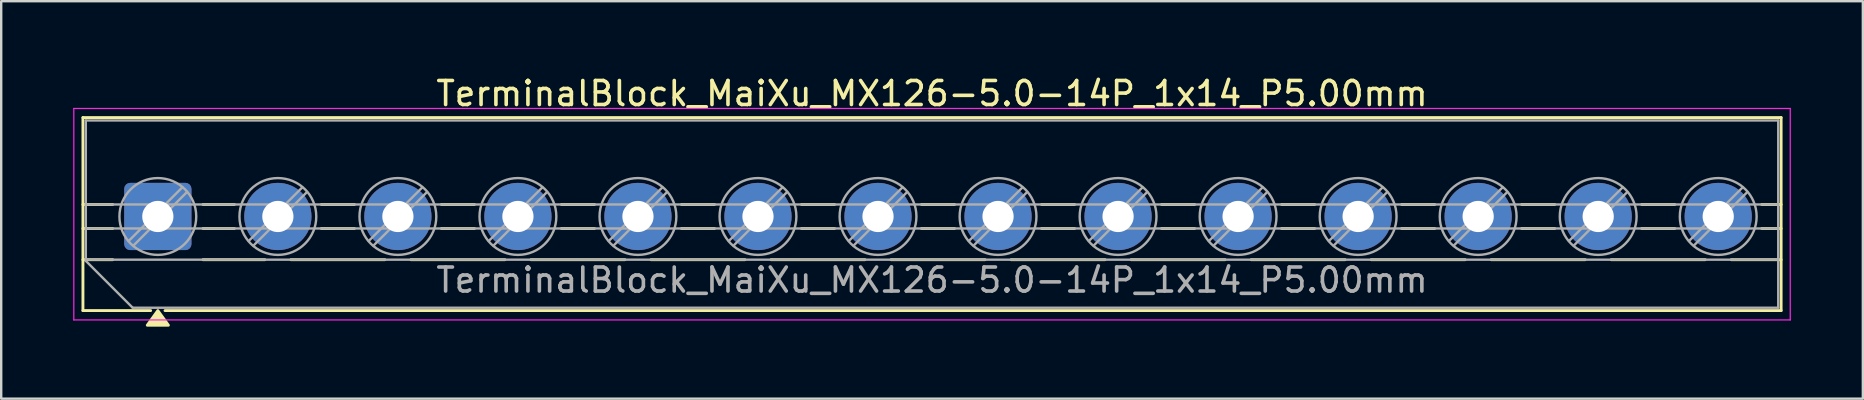
<source format=kicad_pcb>
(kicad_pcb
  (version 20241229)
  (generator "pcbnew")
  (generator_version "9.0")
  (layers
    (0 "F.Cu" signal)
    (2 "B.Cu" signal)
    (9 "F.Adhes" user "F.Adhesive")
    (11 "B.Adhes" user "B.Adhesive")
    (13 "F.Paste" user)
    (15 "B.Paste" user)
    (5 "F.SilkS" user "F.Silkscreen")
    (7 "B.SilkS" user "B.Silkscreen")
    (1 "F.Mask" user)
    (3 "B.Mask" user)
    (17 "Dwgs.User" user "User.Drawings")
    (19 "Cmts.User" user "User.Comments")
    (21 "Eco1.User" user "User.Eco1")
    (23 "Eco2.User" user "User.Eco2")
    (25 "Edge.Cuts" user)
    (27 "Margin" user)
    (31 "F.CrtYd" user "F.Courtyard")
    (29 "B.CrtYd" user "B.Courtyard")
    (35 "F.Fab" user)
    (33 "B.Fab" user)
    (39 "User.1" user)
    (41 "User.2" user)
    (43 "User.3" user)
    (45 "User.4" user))
  (footprint "TerminalBlock_MaiXu_MX126-5.0-14P_1x14_P5.00mm"
    (layer "F.Cu")
    (at 3.525 5.968)
    (property "Reference" "TerminalBlock_MaiXu_MX126-5.0-14P_1x14_P5.00mm" (at 32.25 -5.12 0) (layer "F.SilkS") (effects (font (size 1 1) (thickness 0.15))))
    (attr through_hole)
    (fp_line (start -3.12 -4.12) (end 67.62 -4.12) (stroke (width 0.12) (type solid)) (layer "F.SilkS"))
    (fp_line (start -3.12 -0.5) (end -1.88 -0.5) (stroke (width 0.12) (type solid)) (layer "F.SilkS"))
    (fp_line (start -3.12 0.5) (end -1.88 0.5) (stroke (width 0.12) (type solid)) (layer "F.SilkS"))
    (fp_line (start -3.12 1.8) (end -1.88 1.8) (stroke (width 0.12) (type solid)) (layer "F.SilkS"))
    (fp_line (start -3.12 3.92) (end -3.12 -4.12) (stroke (width 0.12) (type solid)) (layer "F.SilkS"))
    (fp_line (start -0.3 3.92) (end -3.12 3.92) (stroke (width 0.12) (type solid)) (layer "F.SilkS"))
    (fp_line (start 1.88 -0.5) (end 3.188 -0.5) (stroke (width 0.12) (type solid)) (layer "F.SilkS"))
    (fp_line (start 1.88 0.5) (end 3.188 0.5) (stroke (width 0.12) (type solid)) (layer "F.SilkS"))
    (fp_line (start 1.88 1.8) (end 4.457 1.8) (stroke (width 0.12) (type solid)) (layer "F.SilkS"))
    (fp_line (start 5.543 1.8) (end 9.457 1.8) (stroke (width 0.12) (type solid)) (layer "F.SilkS"))
    (fp_line (start 6.812 -0.5) (end 8.188 -0.5) (stroke (width 0.12) (type solid)) (layer "F.SilkS"))
    (fp_line (start 6.812 0.5) (end 8.188 0.5) (stroke (width 0.12) (type solid)) (layer "F.SilkS"))
    (fp_line (start 10.543 1.8) (end 14.457 1.8) (stroke (width 0.12) (type solid)) (layer "F.SilkS"))
    (fp_line (start 11.812 -0.5) (end 13.188 -0.5) (stroke (width 0.12) (type solid)) (layer "F.SilkS"))
    (fp_line (start 11.812 0.5) (end 13.188 0.5) (stroke (width 0.12) (type solid)) (layer "F.SilkS"))
    (fp_line (start 15.543 1.8) (end 19.457 1.8) (stroke (width 0.12) (type solid)) (layer "F.SilkS"))
    (fp_line (start 16.812 -0.5) (end 18.188 -0.5) (stroke (width 0.12) (type solid)) (layer "F.SilkS"))
    (fp_line (start 16.812 0.5) (end 18.188 0.5) (stroke (width 0.12) (type solid)) (layer "F.SilkS"))
    (fp_line (start 20.543 1.8) (end 24.457 1.8) (stroke (width 0.12) (type solid)) (layer "F.SilkS"))
    (fp_line (start 21.812 -0.5) (end 23.188 -0.5) (stroke (width 0.12) (type solid)) (layer "F.SilkS"))
    (fp_line (start 21.812 0.5) (end 23.188 0.5) (stroke (width 0.12) (type solid)) (layer "F.SilkS"))
    (fp_line (start 25.543 1.8) (end 29.457 1.8) (stroke (width 0.12) (type solid)) (layer "F.SilkS"))
    (fp_line (start 26.812 -0.5) (end 28.188 -0.5) (stroke (width 0.12) (type solid)) (layer "F.SilkS"))
    (fp_line (start 26.812 0.5) (end 28.188 0.5) (stroke (width 0.12) (type solid)) (layer "F.SilkS"))
    (fp_line (start 30.543 1.8) (end 34.457 1.8) (stroke (width 0.12) (type solid)) (layer "F.SilkS"))
    (fp_line (start 31.812 -0.5) (end 33.188 -0.5) (stroke (width 0.12) (type solid)) (layer "F.SilkS"))
    (fp_line (start 31.812 0.5) (end 33.188 0.5) (stroke (width 0.12) (type solid)) (layer "F.SilkS"))
    (fp_line (start 35.543 1.8) (end 39.457 1.8) (stroke (width 0.12) (type solid)) (layer "F.SilkS"))
    (fp_line (start 36.812 -0.5) (end 38.188 -0.5) (stroke (width 0.12) (type solid)) (layer "F.SilkS"))
    (fp_line (start 36.812 0.5) (end 38.188 0.5) (stroke (width 0.12) (type solid)) (layer "F.SilkS"))
    (fp_line (start 40.543 1.8) (end 44.457 1.8) (stroke (width 0.12) (type solid)) (layer "F.SilkS"))
    (fp_line (start 41.812 -0.5) (end 43.188 -0.5) (stroke (width 0.12) (type solid)) (layer "F.SilkS"))
    (fp_line (start 41.812 0.5) (end 43.188 0.5) (stroke (width 0.12) (type solid)) (layer "F.SilkS"))
    (fp_line (start 45.543 1.8) (end 49.457 1.8) (stroke (width 0.12) (type solid)) (layer "F.SilkS"))
    (fp_line (start 46.812 -0.5) (end 48.188 -0.5) (stroke (width 0.12) (type solid)) (layer "F.SilkS"))
    (fp_line (start 46.812 0.5) (end 48.188 0.5) (stroke (width 0.12) (type solid)) (layer "F.SilkS"))
    (fp_line (start 50.543 1.8) (end 54.457 1.8) (stroke (width 0.12) (type solid)) (layer "F.SilkS"))
    (fp_line (start 51.812 -0.5) (end 53.188 -0.5) (stroke (width 0.12) (type solid)) (layer "F.SilkS"))
    (fp_line (start 51.812 0.5) (end 53.188 0.5) (stroke (width 0.12) (type solid)) (layer "F.SilkS"))
    (fp_line (start 55.543 1.8) (end 59.457 1.8) (stroke (width 0.12) (type solid)) (layer "F.SilkS"))
    (fp_line (start 56.812 -0.5) (end 58.188 -0.5) (stroke (width 0.12) (type solid)) (layer "F.SilkS"))
    (fp_line (start 56.812 0.5) (end 58.188 0.5) (stroke (width 0.12) (type solid)) (layer "F.SilkS"))
    (fp_line (start 60.543 1.8) (end 64.457 1.8) (stroke (width 0.12) (type solid)) (layer "F.SilkS"))
    (fp_line (start 61.812 -0.5) (end 63.188 -0.5) (stroke (width 0.12) (type solid)) (layer "F.SilkS"))
    (fp_line (start 61.812 0.5) (end 63.188 0.5) (stroke (width 0.12) (type solid)) (layer "F.SilkS"))
    (fp_line (start 65.543 1.8) (end 67.62 1.8) (stroke (width 0.12) (type solid)) (layer "F.SilkS"))
    (fp_line (start 66.812 -0.5) (end 67.62 -0.5) (stroke (width 0.12) (type solid)) (layer "F.SilkS"))
    (fp_line (start 66.812 0.5) (end 67.62 0.5) (stroke (width 0.12) (type solid)) (layer "F.SilkS"))
    (fp_line (start 67.62 -4.12) (end 67.62 3.92) (stroke (width 0.12) (type solid)) (layer "F.SilkS"))
    (fp_line (start 67.62 3.92) (end 0.3 3.92) (stroke (width 0.12) (type solid)) (layer "F.SilkS"))
    (fp_poly (pts (xy 0 3.92) (xy 0.44 4.53) (xy -0.44 4.53)) (stroke (width 0.12) (type solid)) (fill yes) (layer "F.SilkS"))
    (fp_line (start -3.5 -4.5) (end -3.5 4.31) (stroke (width 0.05) (type solid)) (layer "F.CrtYd"))
    (fp_line (start -3.5 4.31) (end 68 4.31) (stroke (width 0.05) (type solid)) (layer "F.CrtYd"))
    (fp_line (start 68 -4.5) (end -3.5 -4.5) (stroke (width 0.05) (type solid)) (layer "F.CrtYd"))
    (fp_line (start 68 4.31) (end 68 -4.5) (stroke (width 0.05) (type solid)) (layer "F.CrtYd"))
    (fp_line (start -3 -4) (end 67.5 -4) (stroke (width 0.1) (type solid)) (layer "F.Fab"))
    (fp_line (start -3 -0.5) (end 67.5 -0.5) (stroke (width 0.1) (type solid)) (layer "F.Fab"))
    (fp_line (start -3 0.5) (end 67.5 0.5) (stroke (width 0.1) (type solid)) (layer "F.Fab"))
    (fp_line (start -3 1.8) (end 67.5 1.8) (stroke (width 0.1) (type solid)) (layer "F.Fab"))
    (fp_line (start -3 1.85) (end -3 -4) (stroke (width 0.1) (type solid)) (layer "F.Fab"))
    (fp_line (start -1.05 3.8) (end -3 1.85) (stroke (width 0.1) (type solid)) (layer "F.Fab"))
    (fp_line (start 1.018 -1.213) (end -1.213 1.018) (stroke (width 0.1) (type solid)) (layer "F.Fab"))
    (fp_line (start 1.213 -1.018) (end -1.018 1.213) (stroke (width 0.1) (type solid)) (layer "F.Fab"))
    (fp_line (start 6.018 -1.213) (end 3.787 1.018) (stroke (width 0.1) (type solid)) (layer "F.Fab"))
    (fp_line (start 6.213 -1.018) (end 3.982 1.213) (stroke (width 0.1) (type solid)) (layer "F.Fab"))
    (fp_line (start 11.018 -1.213) (end 8.787 1.018) (stroke (width 0.1) (type solid)) (layer "F.Fab"))
    (fp_line (start 11.213 -1.018) (end 8.982 1.213) (stroke (width 0.1) (type solid)) (layer "F.Fab"))
    (fp_line (start 16.018 -1.213) (end 13.787 1.018) (stroke (width 0.1) (type solid)) (layer "F.Fab"))
    (fp_line (start 16.213 -1.018) (end 13.982 1.213) (stroke (width 0.1) (type solid)) (layer "F.Fab"))
    (fp_line (start 21.018 -1.213) (end 18.787 1.018) (stroke (width 0.1) (type solid)) (layer "F.Fab"))
    (fp_line (start 21.213 -1.018) (end 18.982 1.213) (stroke (width 0.1) (type solid)) (layer "F.Fab"))
    (fp_line (start 26.018 -1.213) (end 23.787 1.018) (stroke (width 0.1) (type solid)) (layer "F.Fab"))
    (fp_line (start 26.213 -1.018) (end 23.982 1.213) (stroke (width 0.1) (type solid)) (layer "F.Fab"))
    (fp_line (start 31.018 -1.213) (end 28.787 1.018) (stroke (width 0.1) (type solid)) (layer "F.Fab"))
    (fp_line (start 31.213 -1.018) (end 28.982 1.213) (stroke (width 0.1) (type solid)) (layer "F.Fab"))
    (fp_line (start 36.018 -1.213) (end 33.787 1.018) (stroke (width 0.1) (type solid)) (layer "F.Fab"))
    (fp_line (start 36.213 -1.018) (end 33.982 1.213) (stroke (width 0.1) (type solid)) (layer "F.Fab"))
    (fp_line (start 41.018 -1.213) (end 38.787 1.018) (stroke (width 0.1) (type solid)) (layer "F.Fab"))
    (fp_line (start 41.213 -1.018) (end 38.982 1.213) (stroke (width 0.1) (type solid)) (layer "F.Fab"))
    (fp_line (start 46.018 -1.213) (end 43.787 1.018) (stroke (width 0.1) (type solid)) (layer "F.Fab"))
    (fp_line (start 46.213 -1.018) (end 43.982 1.213) (stroke (width 0.1) (type solid)) (layer "F.Fab"))
    (fp_line (start 51.018 -1.213) (end 48.787 1.018) (stroke (width 0.1) (type solid)) (layer "F.Fab"))
    (fp_line (start 51.213 -1.018) (end 48.982 1.213) (stroke (width 0.1) (type solid)) (layer "F.Fab"))
    (fp_line (start 56.018 -1.213) (end 53.787 1.018) (stroke (width 0.1) (type solid)) (layer "F.Fab"))
    (fp_line (start 56.213 -1.018) (end 53.982 1.213) (stroke (width 0.1) (type solid)) (layer "F.Fab"))
    (fp_line (start 61.018 -1.213) (end 58.787 1.018) (stroke (width 0.1) (type solid)) (layer "F.Fab"))
    (fp_line (start 61.213 -1.018) (end 58.982 1.213) (stroke (width 0.1) (type solid)) (layer "F.Fab"))
    (fp_line (start 66.018 -1.213) (end 63.787 1.018) (stroke (width 0.1) (type solid)) (layer "F.Fab"))
    (fp_line (start 66.213 -1.018) (end 63.982 1.213) (stroke (width 0.1) (type solid)) (layer "F.Fab"))
    (fp_line (start 67.5 -4) (end 67.5 3.8) (stroke (width 0.1) (type solid)) (layer "F.Fab"))
    (fp_line (start 67.5 3.8) (end -1.05 3.8) (stroke (width 0.1) (type solid)) (layer "F.Fab"))
    (fp_circle (center 0 0) (end 1.6 0) (stroke (width 0.1) (type solid)) (fill no) (layer "F.Fab"))
    (fp_circle (center 5 0) (end 6.6 0) (stroke (width 0.1) (type solid)) (fill no) (layer "F.Fab"))
    (fp_circle (center 10 0) (end 11.6 0) (stroke (width 0.1) (type solid)) (fill no) (layer "F.Fab"))
    (fp_circle (center 15 0) (end 16.6 0) (stroke (width 0.1) (type solid)) (fill no) (layer "F.Fab"))
    (fp_circle (center 20 0) (end 21.6 0) (stroke (width 0.1) (type solid)) (fill no) (layer "F.Fab"))
    (fp_circle (center 25 0) (end 26.6 0) (stroke (width 0.1) (type solid)) (fill no) (layer "F.Fab"))
    (fp_circle (center 30 0) (end 31.6 0) (stroke (width 0.1) (type solid)) (fill no) (layer "F.Fab"))
    (fp_circle (center 35 0) (end 36.6 0) (stroke (width 0.1) (type solid)) (fill no) (layer "F.Fab"))
    (fp_circle (center 40 0) (end 41.6 0) (stroke (width 0.1) (type solid)) (fill no) (layer "F.Fab"))
    (fp_circle (center 45 0) (end 46.6 0) (stroke (width 0.1) (type solid)) (fill no) (layer "F.Fab"))
    (fp_circle (center 50 0) (end 51.6 0) (stroke (width 0.1) (type solid)) (fill no) (layer "F.Fab"))
    (fp_circle (center 55 0) (end 56.6 0) (stroke (width 0.1) (type solid)) (fill no) (layer "F.Fab"))
    (fp_circle (center 60 0) (end 61.6 0) (stroke (width 0.1) (type solid)) (fill no) (layer "F.Fab"))
    (fp_circle (center 65 0) (end 66.6 0) (stroke (width 0.1) (type solid)) (fill no) (layer "F.Fab"))
    (fp_text user "${REFERENCE}" (at 32.25 2.65 0) (layer "F.Fab") (effects (font (size 1 1) (thickness 0.15))))
    (pad "1" thru_hole roundrect (at 0 0) (size 2.8 2.8) (drill 1.3) (layers "*.Cu" "*.Mask") (roundrect_rratio 0.089))
    (pad "2" thru_hole circle (at 5 0) (size 2.8 2.8) (drill 1.3) (layers "*.Cu" "*.Mask"))
    (pad "3" thru_hole circle (at 10 0) (size 2.8 2.8) (drill 1.3) (layers "*.Cu" "*.Mask"))
    (pad "4" thru_hole circle (at 15 0) (size 2.8 2.8) (drill 1.3) (layers "*.Cu" "*.Mask"))
    (pad "5" thru_hole circle (at 20 0) (size 2.8 2.8) (drill 1.3) (layers "*.Cu" "*.Mask"))
    (pad "6" thru_hole circle (at 25 0) (size 2.8 2.8) (drill 1.3) (layers "*.Cu" "*.Mask"))
    (pad "7" thru_hole circle (at 30 0) (size 2.8 2.8) (drill 1.3) (layers "*.Cu" "*.Mask"))
    (pad "8" thru_hole circle (at 35 0) (size 2.8 2.8) (drill 1.3) (layers "*.Cu" "*.Mask"))
    (pad "9" thru_hole circle (at 40 0) (size 2.8 2.8) (drill 1.3) (layers "*.Cu" "*.Mask"))
    (pad "10" thru_hole circle (at 45 0) (size 2.8 2.8) (drill 1.3) (layers "*.Cu" "*.Mask"))
    (pad "11" thru_hole circle (at 50 0) (size 2.8 2.8) (drill 1.3) (layers "*.Cu" "*.Mask"))
    (pad "12" thru_hole circle (at 55 0) (size 2.8 2.8) (drill 1.3) (layers "*.Cu" "*.Mask"))
    (pad "13" thru_hole circle (at 60 0) (size 2.8 2.8) (drill 1.3) (layers "*.Cu" "*.Mask"))
    (pad "14" thru_hole circle (at 65 0) (size 2.8 2.8) (drill 1.3) (layers "*.Cu" "*.Mask")))
  (gr_rect
    (start -3 -3)
    (end 74.55 13.558)
    (stroke (width 0.1) (type default))
    (fill no)
    (layer "Edge.Cuts")))
</source>
